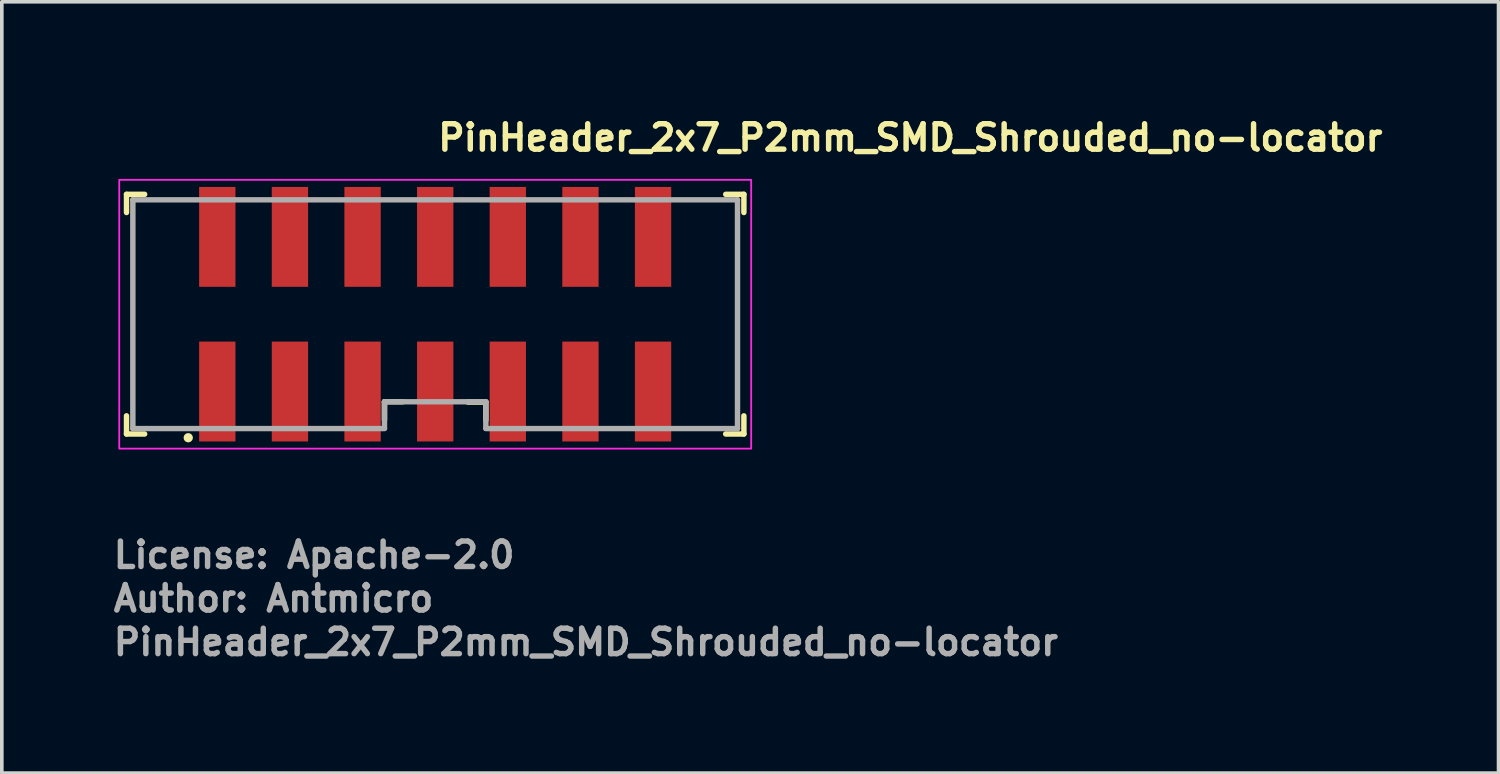
<source format=kicad_pcb>
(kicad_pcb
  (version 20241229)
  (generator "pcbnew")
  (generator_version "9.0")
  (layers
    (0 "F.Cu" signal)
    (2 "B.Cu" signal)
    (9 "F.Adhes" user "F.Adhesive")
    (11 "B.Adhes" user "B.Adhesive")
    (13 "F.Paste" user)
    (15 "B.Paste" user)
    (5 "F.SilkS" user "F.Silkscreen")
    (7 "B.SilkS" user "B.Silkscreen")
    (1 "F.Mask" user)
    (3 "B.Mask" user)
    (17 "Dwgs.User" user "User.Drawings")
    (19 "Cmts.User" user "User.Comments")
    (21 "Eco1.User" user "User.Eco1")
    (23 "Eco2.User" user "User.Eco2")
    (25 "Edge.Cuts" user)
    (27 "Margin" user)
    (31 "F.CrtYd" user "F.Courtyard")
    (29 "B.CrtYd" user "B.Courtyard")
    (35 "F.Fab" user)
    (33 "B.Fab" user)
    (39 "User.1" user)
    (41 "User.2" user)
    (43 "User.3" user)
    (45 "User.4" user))
  (footprint "PinHeader_2x7_P2mm_SMD_Shrouded_no-locator"
    (layer "F.Cu")
    (at 8.933 5.602)
    (property "Reference" "PinHeader_2x7_P2mm_SMD_Shrouded_no-locator" (at 0 -4.452 0) (layer "F.SilkS") (effects (font (size 0.7 0.7) (thickness 0.15)) (justify left bottom)))
    (attr smd)
    (fp_line (start -8.5 -3.301) (end -8.5 -2.801) (stroke (width 0.15) (type solid)) (layer "F.SilkS"))
    (fp_line (start -8.5 -3.301) (end -8 -3.301) (stroke (width 0.15) (type solid)) (layer "F.SilkS"))
    (fp_line (start -8.5 3.297) (end -8.5 2.797) (stroke (width 0.15) (type solid)) (layer "F.SilkS"))
    (fp_line (start -8.5 3.297) (end -8 3.297) (stroke (width 0.15) (type solid)) (layer "F.SilkS"))
    (fp_line (start -1.397 2.41) (end -1.397 2.91) (stroke (width 0.15) (type solid)) (layer "F.SilkS"))
    (fp_line (start -1.397 2.41) (end -0.9 2.41) (stroke (width 0.15) (type solid)) (layer "F.SilkS"))
    (fp_line (start 1.394 2.418) (end 0.897 2.418) (stroke (width 0.15) (type solid)) (layer "F.SilkS"))
    (fp_line (start 1.394 2.418) (end 1.394 2.918) (stroke (width 0.15) (type solid)) (layer "F.SilkS"))
    (fp_line (start 8.499 -3.301) (end 7.998 -3.301) (stroke (width 0.15) (type solid)) (layer "F.SilkS"))
    (fp_line (start 8.499 -3.301) (end 8.499 -2.801) (stroke (width 0.15) (type solid)) (layer "F.SilkS"))
    (fp_line (start 8.499 3.297) (end 7.998 3.297) (stroke (width 0.15) (type solid)) (layer "F.SilkS"))
    (fp_line (start 8.499 3.297) (end 8.499 2.797) (stroke (width 0.15) (type solid)) (layer "F.SilkS"))
    (fp_circle (center -6.8 3.4) (end -6.748 3.4) (stroke (width 0.15) (type solid)) (fill yes) (layer "F.SilkS"))
    (fp_rect (start -8.7 -3.7) (end 8.7 3.7) (stroke (width 0.05) (type solid)) (fill no) (layer "F.CrtYd"))
    (fp_line (start -8.325 -3.15) (end 8.323 -3.15) (stroke (width 0.15) (type solid)) (layer "F.Fab"))
    (fp_line (start -8.325 3.148) (end -8.325 -3.15) (stroke (width 0.15) (type solid)) (layer "F.Fab"))
    (fp_line (start -8.325 3.148) (end -1.397 3.148) (stroke (width 0.15) (type solid)) (layer "F.Fab"))
    (fp_line (start -1.397 2.41) (end -1.397 3.14) (stroke (width 0.15) (type solid)) (layer "F.Fab"))
    (fp_line (start -1.397 2.41) (end 1.394 2.41) (stroke (width 0.15) (type solid)) (layer "F.Fab"))
    (fp_line (start 1.394 2.41) (end 1.394 3.14) (stroke (width 0.15) (type solid)) (layer "F.Fab"))
    (fp_line (start 1.394 3.148) (end 8.323 3.148) (stroke (width 0.15) (type solid)) (layer "F.Fab"))
    (fp_line (start 8.323 3.148) (end 8.323 -3.15) (stroke (width 0.15) (type solid)) (layer "F.Fab"))
    (fp_rect (start -8.325 -3.15) (end 8.323 3.148) (stroke (width 0.1) (type solid)) (fill no) (layer "User.5"))
    (fp_line (start -8.325 -3.15) (end -8.325 -0.75) (stroke (width 0.02) (type solid)) (layer "User.9"))
    (fp_line (start -8.325 -0.75) (end -8.026 -0.75) (stroke (width 0.02) (type solid)) (layer "User.9"))
    (fp_line (start -8.325 -0.15) (end -8.325 -0.75) (stroke (width 0.02) (type solid)) (layer "User.9"))
    (fp_line (start -8.325 -0.15) (end -7.425 -0.15) (stroke (width 0.02) (type solid)) (layer "User.9"))
    (fp_line (start -8.325 1.148) (end -8.325 -0.15) (stroke (width 0.02) (type solid)) (layer "User.9"))
    (fp_line (start -8.325 1.749) (end -8.325 1.148) (stroke (width 0.02) (type solid)) (layer "User.9"))
    (fp_line (start -8.325 1.749) (end -8.325 3.148) (stroke (width 0.02) (type solid)) (layer "User.9"))
    (fp_line (start -8.026 -2.851) (end 8.025 -2.851) (stroke (width 0.02) (type solid)) (layer "User.9"))
    (fp_line (start -8.026 -0.75) (end -8.026 -2.851) (stroke (width 0.02) (type solid)) (layer "User.9"))
    (fp_line (start -8.026 1.749) (end -8.325 1.749) (stroke (width 0.02) (type solid)) (layer "User.9"))
    (fp_line (start -8.026 2.85) (end -8.026 1.749) (stroke (width 0.02) (type solid)) (layer "User.9"))
    (fp_line (start -7.425 -2.25) (end -8.026 -2.851) (stroke (width 0.02) (type solid)) (layer "User.9"))
    (fp_line (start -7.425 -2.25) (end -7.026 -2.25) (stroke (width 0.02) (type solid)) (layer "User.9"))
    (fp_line (start -7.425 -0.15) (end -8.026 -0.75) (stroke (width 0.02) (type solid)) (layer "User.9"))
    (fp_line (start -7.425 -0.15) (end -7.425 -2.25) (stroke (width 0.02) (type solid)) (layer "User.9"))
    (fp_line (start -7.425 1.148) (end -8.325 1.148) (stroke (width 0.02) (type solid)) (layer "User.9"))
    (fp_line (start -7.425 1.148) (end -8.026 1.749) (stroke (width 0.02) (type solid)) (layer "User.9"))
    (fp_line (start -7.425 2.249) (end -8.026 2.85) (stroke (width 0.02) (type solid)) (layer "User.9"))
    (fp_line (start -7.425 2.249) (end -7.425 1.148) (stroke (width 0.02) (type solid)) (layer "User.9"))
    (fp_line (start -7.026 -2.5) (end -6.396 -2.5) (stroke (width 0.02) (type solid)) (layer "User.9"))
    (fp_line (start -7.026 -2.25) (end -7.026 -2.5) (stroke (width 0.02) (type solid)) (layer "User.9"))
    (fp_line (start -7.026 2.249) (end -7.425 2.249) (stroke (width 0.02) (type solid)) (layer "User.9"))
    (fp_line (start -7.026 2.249) (end -7.026 2.499) (stroke (width 0.02) (type solid)) (layer "User.9"))
    (fp_line (start -7.026 2.499) (end -1.339 2.499) (stroke (width 0.02) (type solid)) (layer "User.9"))
    (fp_line (start -6.396 -2.5) (end -6.396 -2.25) (stroke (width 0.02) (type solid)) (layer "User.9"))
    (fp_line (start -6.396 -2.25) (end -5.595 -2.25) (stroke (width 0.02) (type solid)) (layer "User.9"))
    (fp_line (start -6.327 3.048) (end -5.327 3.048) (stroke (width 0.02) (type solid)) (layer "User.9"))
    (fp_line (start -6.327 3.148) (end -8.325 3.148) (stroke (width 0.02) (type solid)) (layer "User.9"))
    (fp_line (start -6.327 3.148) (end -6.327 3.048) (stroke (width 0.02) (type solid)) (layer "User.9"))
    (fp_line (start -6.327 3.148) (end -5.827 3.148) (stroke (width 0.02) (type solid)) (layer "User.9"))
    (fp_line (start -6.25 -0.75) (end -6.25 -1.25) (stroke (width 0.02) (type solid)) (layer "User.9"))
    (fp_line (start -6.25 1.249) (end -6.25 0.748) (stroke (width 0.02) (type solid)) (layer "User.9"))
    (fp_line (start -6.101 -1.101) (end -6.25 -1.25) (stroke (width 0.02) (type solid)) (layer "User.9"))
    (fp_line (start -6.101 -0.902) (end -6.25 -0.75) (stroke (width 0.02) (type solid)) (layer "User.9"))
    (fp_line (start -6.101 -0.902) (end -6.101 -1.101) (stroke (width 0.02) (type solid)) (layer "User.9"))
    (fp_line (start -6.101 0.9) (end -6.25 0.748) (stroke (width 0.02) (type solid)) (layer "User.9"))
    (fp_line (start -6.101 1.1) (end -6.25 1.249) (stroke (width 0.02) (type solid)) (layer "User.9"))
    (fp_line (start -6.101 1.1) (end -6.101 0.9) (stroke (width 0.02) (type solid)) (layer "User.9"))
    (fp_line (start -5.901 -1.101) (end -6.101 -1.101) (stroke (width 0.02) (type solid)) (layer "User.9"))
    (fp_line (start -5.901 -1.101) (end -5.901 -0.902) (stroke (width 0.02) (type solid)) (layer "User.9"))
    (fp_line (start -5.901 -1.101) (end -5.75 -1.25) (stroke (width 0.02) (type solid)) (layer "User.9"))
    (fp_line (start -5.901 -0.902) (end -6.101 -0.902) (stroke (width 0.02) (type solid)) (layer "User.9"))
    (fp_line (start -5.901 0.9) (end -6.101 0.9) (stroke (width 0.02) (type solid)) (layer "User.9"))
    (fp_line (start -5.901 0.9) (end -5.901 1.1) (stroke (width 0.02) (type solid)) (layer "User.9"))
    (fp_line (start -5.901 0.9) (end -5.75 0.748) (stroke (width 0.02) (type solid)) (layer "User.9"))
    (fp_line (start -5.901 1.1) (end -6.101 1.1) (stroke (width 0.02) (type solid)) (layer "User.9"))
    (fp_line (start -5.901 1.1) (end -5.75 1.249) (stroke (width 0.02) (type solid)) (layer "User.9"))
    (fp_line (start -5.827 3.148) (end -5.827 3.048) (stroke (width 0.02) (type solid)) (layer "User.9"))
    (fp_line (start -5.827 3.148) (end -5.327 3.148) (stroke (width 0.02) (type solid)) (layer "User.9"))
    (fp_line (start -5.75 -1.25) (end -6.25 -1.25) (stroke (width 0.02) (type solid)) (layer "User.9"))
    (fp_line (start -5.75 -1.25) (end -5.75 -0.75) (stroke (width 0.02) (type solid)) (layer "User.9"))
    (fp_line (start -5.75 -0.75) (end -6.25 -0.75) (stroke (width 0.02) (type solid)) (layer "User.9"))
    (fp_line (start -5.75 -0.75) (end -5.901 -0.902) (stroke (width 0.02) (type solid)) (layer "User.9"))
    (fp_line (start -5.75 0.748) (end -6.25 0.748) (stroke (width 0.02) (type solid)) (layer "User.9"))
    (fp_line (start -5.75 0.748) (end -5.75 1.249) (stroke (width 0.02) (type solid)) (layer "User.9"))
    (fp_line (start -5.75 1.249) (end -6.25 1.249) (stroke (width 0.02) (type solid)) (layer "User.9"))
    (fp_line (start -5.614 2.249) (end -2.388 2.249) (stroke (width 0.02) (type solid)) (layer "User.9"))
    (fp_line (start -5.614 2.499) (end -5.614 2.249) (stroke (width 0.02) (type solid)) (layer "User.9"))
    (fp_line (start -5.595 -2.5) (end -0.402 -2.5) (stroke (width 0.02) (type solid)) (layer "User.9"))
    (fp_line (start -5.595 -2.25) (end -5.595 -2.5) (stroke (width 0.02) (type solid)) (layer "User.9"))
    (fp_line (start -5.327 3.148) (end -5.327 3.048) (stroke (width 0.02) (type solid)) (layer "User.9"))
    (fp_line (start -4.25 -0.75) (end -4.25 -1.25) (stroke (width 0.02) (type solid)) (layer "User.9"))
    (fp_line (start -4.25 1.249) (end -4.25 0.748) (stroke (width 0.02) (type solid)) (layer "User.9"))
    (fp_line (start -4.138 2.499) (end -4.202 2.249) (stroke (width 0.02) (type solid)) (layer "User.9"))
    (fp_line (start -4.1 -1.101) (end -4.25 -1.25) (stroke (width 0.02) (type solid)) (layer "User.9"))
    (fp_line (start -4.1 -0.902) (end -4.25 -0.75) (stroke (width 0.02) (type solid)) (layer "User.9"))
    (fp_line (start -4.1 -0.902) (end -4.1 -1.101) (stroke (width 0.02) (type solid)) (layer "User.9"))
    (fp_line (start -4.1 0.9) (end -4.25 0.748) (stroke (width 0.02) (type solid)) (layer "User.9"))
    (fp_line (start -4.1 1.1) (end -4.25 1.249) (stroke (width 0.02) (type solid)) (layer "User.9"))
    (fp_line (start -4.1 1.1) (end -4.1 0.9) (stroke (width 0.02) (type solid)) (layer "User.9"))
    (fp_line (start -3.9 -1.101) (end -4.1 -1.101) (stroke (width 0.02) (type solid)) (layer "User.9"))
    (fp_line (start -3.9 -1.101) (end -3.9 -0.902) (stroke (width 0.02) (type solid)) (layer "User.9"))
    (fp_line (start -3.9 -1.101) (end -3.75 -1.25) (stroke (width 0.02) (type solid)) (layer "User.9"))
    (fp_line (start -3.9 -0.902) (end -4.1 -0.902) (stroke (width 0.02) (type solid)) (layer "User.9"))
    (fp_line (start -3.9 0.9) (end -4.1 0.9) (stroke (width 0.02) (type solid)) (layer "User.9"))
    (fp_line (start -3.9 0.9) (end -3.9 1.1) (stroke (width 0.02) (type solid)) (layer "User.9"))
    (fp_line (start -3.9 0.9) (end -3.75 0.748) (stroke (width 0.02) (type solid)) (layer "User.9"))
    (fp_line (start -3.9 1.1) (end -4.1 1.1) (stroke (width 0.02) (type solid)) (layer "User.9"))
    (fp_line (start -3.9 1.1) (end -3.75 1.249) (stroke (width 0.02) (type solid)) (layer "User.9"))
    (fp_line (start -3.863 2.499) (end -3.801 2.249) (stroke (width 0.02) (type solid)) (layer "User.9"))
    (fp_line (start -3.75 -1.25) (end -4.25 -1.25) (stroke (width 0.02) (type solid)) (layer "User.9"))
    (fp_line (start -3.75 -1.25) (end -3.75 -0.75) (stroke (width 0.02) (type solid)) (layer "User.9"))
    (fp_line (start -3.75 -0.75) (end -4.25 -0.75) (stroke (width 0.02) (type solid)) (layer "User.9"))
    (fp_line (start -3.75 -0.75) (end -3.9 -0.902) (stroke (width 0.02) (type solid)) (layer "User.9"))
    (fp_line (start -3.75 0.748) (end -4.25 0.748) (stroke (width 0.02) (type solid)) (layer "User.9"))
    (fp_line (start -3.75 0.748) (end -3.75 1.249) (stroke (width 0.02) (type solid)) (layer "User.9"))
    (fp_line (start -3.75 1.249) (end -4.25 1.249) (stroke (width 0.02) (type solid)) (layer "User.9"))
    (fp_line (start -2.388 2.499) (end -2.388 2.249) (stroke (width 0.02) (type solid)) (layer "User.9"))
    (fp_line (start -2.25 -0.75) (end -2.25 -1.25) (stroke (width 0.02) (type solid)) (layer "User.9"))
    (fp_line (start -2.25 1.249) (end -2.25 0.748) (stroke (width 0.02) (type solid)) (layer "User.9"))
    (fp_line (start -2.101 -1.101) (end -2.25 -1.25) (stroke (width 0.02) (type solid)) (layer "User.9"))
    (fp_line (start -2.101 -0.902) (end -2.25 -0.75) (stroke (width 0.02) (type solid)) (layer "User.9"))
    (fp_line (start -2.101 -0.902) (end -2.101 -1.101) (stroke (width 0.02) (type solid)) (layer "User.9"))
    (fp_line (start -2.101 0.9) (end -2.25 0.748) (stroke (width 0.02) (type solid)) (layer "User.9"))
    (fp_line (start -2.101 1.1) (end -2.25 1.249) (stroke (width 0.02) (type solid)) (layer "User.9"))
    (fp_line (start -2.101 1.1) (end -2.101 0.9) (stroke (width 0.02) (type solid)) (layer "User.9"))
    (fp_line (start -2 2.85) (end -8.026 2.85) (stroke (width 0.02) (type solid)) (layer "User.9"))
    (fp_line (start -2 2.85) (end -1.972 2.849) (stroke (width 0.02) (type solid)) (layer "User.9"))
    (fp_line (start -2 3.148) (end -5.327 3.148) (stroke (width 0.02) (type solid)) (layer "User.9"))
    (fp_line (start -1.972 2.849) (end -1.942 2.846) (stroke (width 0.02) (type solid)) (layer "User.9"))
    (fp_line (start -1.942 2.846) (end -1.915 2.845) (stroke (width 0.02) (type solid)) (layer "User.9"))
    (fp_line (start -1.915 2.845) (end -1.887 2.841) (stroke (width 0.02) (type solid)) (layer "User.9"))
    (fp_line (start -1.901 -1.101) (end -2.101 -1.101) (stroke (width 0.02) (type solid)) (layer "User.9"))
    (fp_line (start -1.901 -1.101) (end -1.901 -0.902) (stroke (width 0.02) (type solid)) (layer "User.9"))
    (fp_line (start -1.901 -1.101) (end -1.75 -1.25) (stroke (width 0.02) (type solid)) (layer "User.9"))
    (fp_line (start -1.901 -0.902) (end -2.101 -0.902) (stroke (width 0.02) (type solid)) (layer "User.9"))
    (fp_line (start -1.901 0.9) (end -2.101 0.9) (stroke (width 0.02) (type solid)) (layer "User.9"))
    (fp_line (start -1.901 0.9) (end -1.901 1.1) (stroke (width 0.02) (type solid)) (layer "User.9"))
    (fp_line (start -1.901 0.9) (end -1.75 0.748) (stroke (width 0.02) (type solid)) (layer "User.9"))
    (fp_line (start -1.901 1.1) (end -2.101 1.1) (stroke (width 0.02) (type solid)) (layer "User.9"))
    (fp_line (start -1.901 1.1) (end -1.75 1.249) (stroke (width 0.02) (type solid)) (layer "User.9"))
    (fp_line (start -1.887 2.841) (end -1.861 2.837) (stroke (width 0.02) (type solid)) (layer "User.9"))
    (fp_line (start -1.861 2.837) (end -1.835 2.831) (stroke (width 0.02) (type solid)) (layer "User.9"))
    (fp_line (start -1.835 2.831) (end -1.809 2.826) (stroke (width 0.02) (type solid)) (layer "User.9"))
    (fp_line (start -1.809 2.826) (end -1.784 2.819) (stroke (width 0.02) (type solid)) (layer "User.9"))
    (fp_line (start -1.784 2.819) (end -1.76 2.813) (stroke (width 0.02) (type solid)) (layer "User.9"))
    (fp_line (start -1.76 2.813) (end -1.736 2.805) (stroke (width 0.02) (type solid)) (layer "User.9"))
    (fp_line (start -1.75 -1.25) (end -2.25 -1.25) (stroke (width 0.02) (type solid)) (layer "User.9"))
    (fp_line (start -1.75 -1.25) (end -1.75 -0.75) (stroke (width 0.02) (type solid)) (layer "User.9"))
    (fp_line (start -1.75 -0.75) (end -2.25 -0.75) (stroke (width 0.02) (type solid)) (layer "User.9"))
    (fp_line (start -1.75 -0.75) (end -1.901 -0.902) (stroke (width 0.02) (type solid)) (layer "User.9"))
    (fp_line (start -1.75 0.748) (end -2.25 0.748) (stroke (width 0.02) (type solid)) (layer "User.9"))
    (fp_line (start -1.75 0.748) (end -1.75 1.249) (stroke (width 0.02) (type solid)) (layer "User.9"))
    (fp_line (start -1.75 1.249) (end -2.25 1.249) (stroke (width 0.02) (type solid)) (layer "User.9"))
    (fp_line (start -1.736 2.805) (end -1.714 2.796) (stroke (width 0.02) (type solid)) (layer "User.9"))
    (fp_line (start -1.714 2.796) (end -1.692 2.786) (stroke (width 0.02) (type solid)) (layer "User.9"))
    (fp_line (start -1.692 2.786) (end -1.67 2.777) (stroke (width 0.02) (type solid)) (layer "User.9"))
    (fp_line (start -1.67 2.777) (end -1.649 2.766) (stroke (width 0.02) (type solid)) (layer "User.9"))
    (fp_line (start -1.649 2.766) (end -1.607 2.745) (stroke (width 0.02) (type solid)) (layer "User.9"))
    (fp_line (start -1.607 2.745) (end -1.607 2.745) (stroke (width 0.02) (type solid)) (layer "User.9"))
    (fp_line (start -1.607 2.745) (end -1.587 2.733) (stroke (width 0.02) (type solid)) (layer "User.9"))
    (fp_line (start -1.587 2.733) (end -1.567 2.721) (stroke (width 0.02) (type solid)) (layer "User.9"))
    (fp_line (start -1.567 2.721) (end -1.549 2.709) (stroke (width 0.02) (type solid)) (layer "User.9"))
    (fp_line (start -1.549 2.709) (end -1.53 2.696) (stroke (width 0.02) (type solid)) (layer "User.9"))
    (fp_line (start -1.53 2.696) (end -1.512 2.681) (stroke (width 0.02) (type solid)) (layer "User.9"))
    (fp_line (start -1.512 2.681) (end -1.494 2.668) (stroke (width 0.02) (type solid)) (layer "User.9"))
    (fp_line (start -1.494 2.668) (end -1.476 2.653) (stroke (width 0.02) (type solid)) (layer "User.9"))
    (fp_line (start -1.476 2.653) (end -1.46 2.639) (stroke (width 0.02) (type solid)) (layer "User.9"))
    (fp_line (start -1.46 2.639) (end -1.442 2.623) (stroke (width 0.02) (type solid)) (layer "User.9"))
    (fp_line (start -1.442 2.623) (end -1.426 2.607) (stroke (width 0.02) (type solid)) (layer "User.9"))
    (fp_line (start -1.436 3.148) (end -2 3.148) (stroke (width 0.02) (type solid)) (layer "User.9"))
    (fp_line (start -1.436 3.148) (end -1.436 3.148) (stroke (width 0.02) (type solid)) (layer "User.9"))
    (fp_line (start -1.426 2.607) (end -1.41 2.589) (stroke (width 0.02) (type solid)) (layer "User.9"))
    (fp_line (start -1.41 2.589) (end -1.395 2.572) (stroke (width 0.02) (type solid)) (layer "User.9"))
    (fp_line (start -1.395 2.572) (end -1.381 2.555) (stroke (width 0.02) (type solid)) (layer "User.9"))
    (fp_line (start -1.381 2.555) (end -1.367 2.536) (stroke (width 0.02) (type solid)) (layer "User.9"))
    (fp_line (start -1.367 2.536) (end -1.353 2.519) (stroke (width 0.02) (type solid)) (layer "User.9"))
    (fp_line (start -1.353 2.519) (end -1.339 2.499) (stroke (width 0.02) (type solid)) (layer "User.9"))
    (fp_line (start -1.339 2.499) (end -1.2 2.499) (stroke (width 0.02) (type solid)) (layer "User.9"))
    (fp_line (start -1.323 3.148) (end -1.436 3.148) (stroke (width 0.02) (type solid)) (layer "User.9"))
    (fp_line (start -1.323 3.148) (end -1.323 3.148) (stroke (width 0.02) (type solid)) (layer "User.9"))
    (fp_line (start -1.28 3.148) (end -1.323 3.148) (stroke (width 0.02) (type solid)) (layer "User.9"))
    (fp_line (start -1.28 3.148) (end -1.28 3.148) (stroke (width 0.02) (type solid)) (layer "User.9"))
    (fp_line (start -1.246 3.148) (end -1.28 3.148) (stroke (width 0.02) (type solid)) (layer "User.9"))
    (fp_line (start -1.246 3.148) (end -1.246 3.148) (stroke (width 0.02) (type solid)) (layer "User.9"))
    (fp_line (start -1.222 3.148) (end -1.246 3.148) (stroke (width 0.02) (type solid)) (layer "User.9"))
    (fp_line (start -1.222 3.148) (end -1.222 3.148) (stroke (width 0.02) (type solid)) (layer "User.9"))
    (fp_line (start -1.206 3.148) (end -1.222 3.148) (stroke (width 0.02) (type solid)) (layer "User.9"))
    (fp_line (start -1.206 3.148) (end -1.206 3.148) (stroke (width 0.02) (type solid)) (layer "User.9"))
    (fp_line (start -1.2 3.148) (end -1.206 3.148) (stroke (width 0.02) (type solid)) (layer "User.9"))
    (fp_line (start -1.2 3.148) (end -1.2 2.499) (stroke (width 0.02) (type solid)) (layer "User.9"))
    (fp_line (start -1.2 3.148) (end 1.199 3.148) (stroke (width 0.02) (type solid)) (layer "User.9"))
    (fp_line (start -0.402 -2.5) (end -0.402 -2.25) (stroke (width 0.02) (type solid)) (layer "User.9"))
    (fp_line (start -0.402 -2.25) (end 0.4 -2.25) (stroke (width 0.02) (type solid)) (layer "User.9"))
    (fp_line (start -0.25 -0.75) (end -0.25 -1.25) (stroke (width 0.02) (type solid)) (layer "User.9"))
    (fp_line (start -0.25 1.249) (end -0.25 0.748) (stroke (width 0.02) (type solid)) (layer "User.9"))
    (fp_line (start -0.102 -1.101) (end -0.25 -1.25) (stroke (width 0.02) (type solid)) (layer "User.9"))
    (fp_line (start -0.102 -0.902) (end -0.25 -0.75) (stroke (width 0.02) (type solid)) (layer "User.9"))
    (fp_line (start -0.102 -0.902) (end -0.102 -1.101) (stroke (width 0.02) (type solid)) (layer "User.9"))
    (fp_line (start -0.102 0.9) (end -0.25 0.748) (stroke (width 0.02) (type solid)) (layer "User.9"))
    (fp_line (start -0.102 1.1) (end -0.25 1.249) (stroke (width 0.02) (type solid)) (layer "User.9"))
    (fp_line (start -0.102 1.1) (end -0.102 0.9) (stroke (width 0.02) (type solid)) (layer "User.9"))
    (fp_line (start 0.1 -1.101) (end -0.102 -1.101) (stroke (width 0.02) (type solid)) (layer "User.9"))
    (fp_line (start 0.1 -1.101) (end 0.1 -0.902) (stroke (width 0.02) (type solid)) (layer "User.9"))
    (fp_line (start 0.1 -1.101) (end 0.248 -1.25) (stroke (width 0.02) (type solid)) (layer "User.9"))
    (fp_line (start 0.1 -0.902) (end -0.102 -0.902) (stroke (width 0.02) (type solid)) (layer "User.9"))
    (fp_line (start 0.1 0.9) (end -0.102 0.9) (stroke (width 0.02) (type solid)) (layer "User.9"))
    (fp_line (start 0.1 0.9) (end 0.1 1.1) (stroke (width 0.02) (type solid)) (layer "User.9"))
    (fp_line (start 0.1 0.9) (end 0.248 0.748) (stroke (width 0.02) (type solid)) (layer "User.9"))
    (fp_line (start 0.1 1.1) (end -0.102 1.1) (stroke (width 0.02) (type solid)) (layer "User.9"))
    (fp_line (start 0.1 1.1) (end 0.248 1.249) (stroke (width 0.02) (type solid)) (layer "User.9"))
    (fp_line (start 0.248 -1.25) (end -0.25 -1.25) (stroke (width 0.02) (type solid)) (layer "User.9"))
    (fp_line (start 0.248 -1.25) (end 0.248 -0.75) (stroke (width 0.02) (type solid)) (layer "User.9"))
    (fp_line (start 0.248 -0.75) (end -0.25 -0.75) (stroke (width 0.02) (type solid)) (layer "User.9"))
    (fp_line (start 0.248 -0.75) (end 0.1 -0.902) (stroke (width 0.02) (type solid)) (layer "User.9"))
    (fp_line (start 0.248 0.748) (end -0.25 0.748) (stroke (width 0.02) (type solid)) (layer "User.9"))
    (fp_line (start 0.248 0.748) (end 0.248 1.249) (stroke (width 0.02) (type solid)) (layer "User.9"))
    (fp_line (start 0.248 1.249) (end -0.25 1.249) (stroke (width 0.02) (type solid)) (layer "User.9"))
    (fp_line (start 0.4 -2.5) (end 5.594 -2.5) (stroke (width 0.02) (type solid)) (layer "User.9"))
    (fp_line (start 0.4 -2.25) (end 0.4 -2.5) (stroke (width 0.02) (type solid)) (layer "User.9"))
    (fp_line (start 1.199 2.499) (end 1.199 3.148) (stroke (width 0.02) (type solid)) (layer "User.9"))
    (fp_line (start 1.199 2.499) (end 1.338 2.499) (stroke (width 0.02) (type solid)) (layer "User.9"))
    (fp_line (start 1.205 3.148) (end 1.199 3.148) (stroke (width 0.02) (type solid)) (layer "User.9"))
    (fp_line (start 1.205 3.148) (end 1.205 3.148) (stroke (width 0.02) (type solid)) (layer "User.9"))
    (fp_line (start 1.219 3.148) (end 1.205 3.148) (stroke (width 0.02) (type solid)) (layer "User.9"))
    (fp_line (start 1.219 3.148) (end 1.219 3.148) (stroke (width 0.02) (type solid)) (layer "User.9"))
    (fp_line (start 1.243 3.148) (end 1.219 3.148) (stroke (width 0.02) (type solid)) (layer "User.9"))
    (fp_line (start 1.243 3.148) (end 1.243 3.148) (stroke (width 0.02) (type solid)) (layer "User.9"))
    (fp_line (start 1.279 3.148) (end 1.243 3.148) (stroke (width 0.02) (type solid)) (layer "User.9"))
    (fp_line (start 1.279 3.148) (end 1.279 3.148) (stroke (width 0.02) (type solid)) (layer "User.9"))
    (fp_line (start 1.322 3.148) (end 1.279 3.148) (stroke (width 0.02) (type solid)) (layer "User.9"))
    (fp_line (start 1.322 3.148) (end 1.322 3.148) (stroke (width 0.02) (type solid)) (layer "User.9"))
    (fp_line (start 1.338 2.499) (end 1.35 2.519) (stroke (width 0.02) (type solid)) (layer "User.9"))
    (fp_line (start 1.338 2.499) (end 7.025 2.499) (stroke (width 0.02) (type solid)) (layer "User.9"))
    (fp_line (start 1.35 2.519) (end 1.364 2.536) (stroke (width 0.02) (type solid)) (layer "User.9"))
    (fp_line (start 1.364 2.536) (end 1.38 2.555) (stroke (width 0.02) (type solid)) (layer "User.9"))
    (fp_line (start 1.374 3.148) (end 1.322 3.148) (stroke (width 0.02) (type solid)) (layer "User.9"))
    (fp_line (start 1.374 3.148) (end 1.374 3.148) (stroke (width 0.02) (type solid)) (layer "User.9"))
    (fp_line (start 1.38 2.555) (end 1.394 2.572) (stroke (width 0.02) (type solid)) (layer "User.9"))
    (fp_line (start 1.394 2.572) (end 1.409 2.589) (stroke (width 0.02) (type solid)) (layer "User.9"))
    (fp_line (start 1.409 2.589) (end 1.425 2.607) (stroke (width 0.02) (type solid)) (layer "User.9"))
    (fp_line (start 1.425 2.607) (end 1.441 2.623) (stroke (width 0.02) (type solid)) (layer "User.9"))
    (fp_line (start 1.433 3.148) (end 1.374 3.148) (stroke (width 0.02) (type solid)) (layer "User.9"))
    (fp_line (start 1.433 3.148) (end 1.433 3.148) (stroke (width 0.02) (type solid)) (layer "User.9"))
    (fp_line (start 1.441 2.623) (end 1.457 2.639) (stroke (width 0.02) (type solid)) (layer "User.9"))
    (fp_line (start 1.457 2.639) (end 1.475 2.653) (stroke (width 0.02) (type solid)) (layer "User.9"))
    (fp_line (start 1.475 2.653) (end 1.491 2.668) (stroke (width 0.02) (type solid)) (layer "User.9"))
    (fp_line (start 1.491 2.668) (end 1.509 2.681) (stroke (width 0.02) (type solid)) (layer "User.9"))
    (fp_line (start 1.509 2.681) (end 1.527 2.696) (stroke (width 0.02) (type solid)) (layer "User.9"))
    (fp_line (start 1.527 2.696) (end 1.546 2.709) (stroke (width 0.02) (type solid)) (layer "User.9"))
    (fp_line (start 1.546 2.709) (end 1.566 2.721) (stroke (width 0.02) (type solid)) (layer "User.9"))
    (fp_line (start 1.566 2.721) (end 1.584 2.733) (stroke (width 0.02) (type solid)) (layer "User.9"))
    (fp_line (start 1.584 2.733) (end 1.604 2.745) (stroke (width 0.02) (type solid)) (layer "User.9"))
    (fp_line (start 1.604 2.745) (end 1.604 2.745) (stroke (width 0.02) (type solid)) (layer "User.9"))
    (fp_line (start 1.604 2.745) (end 1.626 2.757) (stroke (width 0.02) (type solid)) (layer "User.9"))
    (fp_line (start 1.626 2.757) (end 1.646 2.766) (stroke (width 0.02) (type solid)) (layer "User.9"))
    (fp_line (start 1.646 2.766) (end 1.667 2.777) (stroke (width 0.02) (type solid)) (layer "User.9"))
    (fp_line (start 1.667 2.777) (end 1.689 2.786) (stroke (width 0.02) (type solid)) (layer "User.9"))
    (fp_line (start 1.689 2.786) (end 1.713 2.796) (stroke (width 0.02) (type solid)) (layer "User.9"))
    (fp_line (start 1.713 2.796) (end 1.735 2.805) (stroke (width 0.02) (type solid)) (layer "User.9"))
    (fp_line (start 1.735 2.805) (end 1.759 2.813) (stroke (width 0.02) (type solid)) (layer "User.9"))
    (fp_line (start 1.749 -0.75) (end 1.749 -1.25) (stroke (width 0.02) (type solid)) (layer "User.9"))
    (fp_line (start 1.749 1.249) (end 1.749 0.748) (stroke (width 0.02) (type solid)) (layer "User.9"))
    (fp_line (start 1.759 2.813) (end 1.783 2.819) (stroke (width 0.02) (type solid)) (layer "User.9"))
    (fp_line (start 1.783 2.819) (end 1.806 2.826) (stroke (width 0.02) (type solid)) (layer "User.9"))
    (fp_line (start 1.806 2.826) (end 1.832 2.831) (stroke (width 0.02) (type solid)) (layer "User.9"))
    (fp_line (start 1.832 2.831) (end 1.858 2.837) (stroke (width 0.02) (type solid)) (layer "User.9"))
    (fp_line (start 1.858 2.837) (end 1.884 2.841) (stroke (width 0.02) (type solid)) (layer "User.9"))
    (fp_line (start 1.884 2.841) (end 1.912 2.845) (stroke (width 0.02) (type solid)) (layer "User.9"))
    (fp_line (start 1.898 -1.101) (end 1.749 -1.25) (stroke (width 0.02) (type solid)) (layer "User.9"))
    (fp_line (start 1.898 -0.902) (end 1.749 -0.75) (stroke (width 0.02) (type solid)) (layer "User.9"))
    (fp_line (start 1.898 -0.902) (end 1.898 -1.101) (stroke (width 0.02) (type solid)) (layer "User.9"))
    (fp_line (start 1.898 0.9) (end 1.749 0.748) (stroke (width 0.02) (type solid)) (layer "User.9"))
    (fp_line (start 1.898 1.1) (end 1.749 1.249) (stroke (width 0.02) (type solid)) (layer "User.9"))
    (fp_line (start 1.898 1.1) (end 1.898 0.9) (stroke (width 0.02) (type solid)) (layer "User.9"))
    (fp_line (start 1.912 2.845) (end 1.941 2.846) (stroke (width 0.02) (type solid)) (layer "User.9"))
    (fp_line (start 1.941 2.846) (end 1.969 2.849) (stroke (width 0.02) (type solid)) (layer "User.9"))
    (fp_line (start 1.969 2.849) (end 1.999 2.85) (stroke (width 0.02) (type solid)) (layer "User.9"))
    (fp_line (start 1.999 3.148) (end 1.433 3.148) (stroke (width 0.02) (type solid)) (layer "User.9"))
    (fp_line (start 2.1 -1.101) (end 1.898 -1.101) (stroke (width 0.02) (type solid)) (layer "User.9"))
    (fp_line (start 2.1 -1.101) (end 2.1 -0.902) (stroke (width 0.02) (type solid)) (layer "User.9"))
    (fp_line (start 2.1 -1.101) (end 2.249 -1.25) (stroke (width 0.02) (type solid)) (layer "User.9"))
    (fp_line (start 2.1 -0.902) (end 1.898 -0.902) (stroke (width 0.02) (type solid)) (layer "User.9"))
    (fp_line (start 2.1 0.9) (end 1.898 0.9) (stroke (width 0.02) (type solid)) (layer "User.9"))
    (fp_line (start 2.1 0.9) (end 2.1 1.1) (stroke (width 0.02) (type solid)) (layer "User.9"))
    (fp_line (start 2.1 0.9) (end 2.249 0.748) (stroke (width 0.02) (type solid)) (layer "User.9"))
    (fp_line (start 2.1 1.1) (end 1.898 1.1) (stroke (width 0.02) (type solid)) (layer "User.9"))
    (fp_line (start 2.1 1.1) (end 2.249 1.249) (stroke (width 0.02) (type solid)) (layer "User.9"))
    (fp_line (start 2.249 -1.25) (end 1.749 -1.25) (stroke (width 0.02) (type solid)) (layer "User.9"))
    (fp_line (start 2.249 -1.25) (end 2.249 -0.75) (stroke (width 0.02) (type solid)) (layer "User.9"))
    (fp_line (start 2.249 -0.75) (end 1.749 -0.75) (stroke (width 0.02) (type solid)) (layer "User.9"))
    (fp_line (start 2.249 -0.75) (end 2.1 -0.902) (stroke (width 0.02) (type solid)) (layer "User.9"))
    (fp_line (start 2.249 0.748) (end 1.749 0.748) (stroke (width 0.02) (type solid)) (layer "User.9"))
    (fp_line (start 2.249 0.748) (end 2.249 1.249) (stroke (width 0.02) (type solid)) (layer "User.9"))
    (fp_line (start 2.249 1.249) (end 1.749 1.249) (stroke (width 0.02) (type solid)) (layer "User.9"))
    (fp_line (start 2.386 2.499) (end 2.386 2.249) (stroke (width 0.02) (type solid)) (layer "User.9"))
    (fp_line (start 3.749 -0.75) (end 3.749 -1.25) (stroke (width 0.02) (type solid)) (layer "User.9"))
    (fp_line (start 3.749 1.249) (end 3.749 0.748) (stroke (width 0.02) (type solid)) (layer "User.9"))
    (fp_line (start 3.862 2.499) (end 3.798 2.249) (stroke (width 0.02) (type solid)) (layer "User.9"))
    (fp_line (start 3.898 -1.101) (end 3.749 -1.25) (stroke (width 0.02) (type solid)) (layer "User.9"))
    (fp_line (start 3.898 -0.902) (end 3.749 -0.75) (stroke (width 0.02) (type solid)) (layer "User.9"))
    (fp_line (start 3.898 -0.902) (end 3.898 -1.101) (stroke (width 0.02) (type solid)) (layer "User.9"))
    (fp_line (start 3.898 0.9) (end 3.749 0.748) (stroke (width 0.02) (type solid)) (layer "User.9"))
    (fp_line (start 3.898 1.1) (end 3.749 1.249) (stroke (width 0.02) (type solid)) (layer "User.9"))
    (fp_line (start 3.898 1.1) (end 3.898 0.9) (stroke (width 0.02) (type solid)) (layer "User.9"))
    (fp_line (start 4.099 -1.101) (end 3.898 -1.101) (stroke (width 0.02) (type solid)) (layer "User.9"))
    (fp_line (start 4.099 -1.101) (end 4.099 -0.902) (stroke (width 0.02) (type solid)) (layer "User.9"))
    (fp_line (start 4.099 -1.101) (end 4.248 -1.25) (stroke (width 0.02) (type solid)) (layer "User.9"))
    (fp_line (start 4.099 -0.902) (end 3.898 -0.902) (stroke (width 0.02) (type solid)) (layer "User.9"))
    (fp_line (start 4.099 0.9) (end 3.898 0.9) (stroke (width 0.02) (type solid)) (layer "User.9"))
    (fp_line (start 4.099 0.9) (end 4.099 1.1) (stroke (width 0.02) (type solid)) (layer "User.9"))
    (fp_line (start 4.099 0.9) (end 4.248 0.748) (stroke (width 0.02) (type solid)) (layer "User.9"))
    (fp_line (start 4.099 1.1) (end 3.898 1.1) (stroke (width 0.02) (type solid)) (layer "User.9"))
    (fp_line (start 4.099 1.1) (end 4.248 1.249) (stroke (width 0.02) (type solid)) (layer "User.9"))
    (fp_line (start 4.137 2.499) (end 4.2 2.249) (stroke (width 0.02) (type solid)) (layer "User.9"))
    (fp_line (start 4.248 -1.25) (end 3.749 -1.25) (stroke (width 0.02) (type solid)) (layer "User.9"))
    (fp_line (start 4.248 -1.25) (end 4.248 -0.75) (stroke (width 0.02) (type solid)) (layer "User.9"))
    (fp_line (start 4.248 -0.75) (end 3.749 -0.75) (stroke (width 0.02) (type solid)) (layer "User.9"))
    (fp_line (start 4.248 -0.75) (end 4.099 -0.902) (stroke (width 0.02) (type solid)) (layer "User.9"))
    (fp_line (start 4.248 0.748) (end 3.749 0.748) (stroke (width 0.02) (type solid)) (layer "User.9"))
    (fp_line (start 4.248 0.748) (end 4.248 1.249) (stroke (width 0.02) (type solid)) (layer "User.9"))
    (fp_line (start 4.248 1.249) (end 3.749 1.249) (stroke (width 0.02) (type solid)) (layer "User.9"))
    (fp_line (start 5.594 -2.5) (end 5.594 -2.25) (stroke (width 0.02) (type solid)) (layer "User.9"))
    (fp_line (start 5.594 -2.25) (end 6.393 -2.25) (stroke (width 0.02) (type solid)) (layer "User.9"))
    (fp_line (start 5.611 2.249) (end 2.386 2.249) (stroke (width 0.02) (type solid)) (layer "User.9"))
    (fp_line (start 5.611 2.499) (end 5.611 2.249) (stroke (width 0.02) (type solid)) (layer "User.9"))
    (fp_line (start 5.749 -0.75) (end 5.749 -1.25) (stroke (width 0.02) (type solid)) (layer "User.9"))
    (fp_line (start 5.749 1.249) (end 5.749 0.748) (stroke (width 0.02) (type solid)) (layer "User.9"))
    (fp_line (start 5.9 -1.101) (end 5.749 -1.25) (stroke (width 0.02) (type solid)) (layer "User.9"))
    (fp_line (start 5.9 -0.902) (end 5.749 -0.75) (stroke (width 0.02) (type solid)) (layer "User.9"))
    (fp_line (start 5.9 -0.902) (end 5.9 -1.101) (stroke (width 0.02) (type solid)) (layer "User.9"))
    (fp_line (start 5.9 0.9) (end 5.749 0.748) (stroke (width 0.02) (type solid)) (layer "User.9"))
    (fp_line (start 5.9 1.1) (end 5.749 1.249) (stroke (width 0.02) (type solid)) (layer "User.9"))
    (fp_line (start 5.9 1.1) (end 5.9 0.9) (stroke (width 0.02) (type solid)) (layer "User.9"))
    (fp_line (start 6.099 -1.101) (end 5.9 -1.101) (stroke (width 0.02) (type solid)) (layer "User.9"))
    (fp_line (start 6.099 -1.101) (end 6.099 -0.902) (stroke (width 0.02) (type solid)) (layer "User.9"))
    (fp_line (start 6.099 -1.101) (end 6.249 -1.25) (stroke (width 0.02) (type solid)) (layer "User.9"))
    (fp_line (start 6.099 -0.902) (end 5.9 -0.902) (stroke (width 0.02) (type solid)) (layer "User.9"))
    (fp_line (start 6.099 0.9) (end 5.9 0.9) (stroke (width 0.02) (type solid)) (layer "User.9"))
    (fp_line (start 6.099 0.9) (end 6.099 1.1) (stroke (width 0.02) (type solid)) (layer "User.9"))
    (fp_line (start 6.099 0.9) (end 6.249 0.748) (stroke (width 0.02) (type solid)) (layer "User.9"))
    (fp_line (start 6.099 1.1) (end 5.9 1.1) (stroke (width 0.02) (type solid)) (layer "User.9"))
    (fp_line (start 6.099 1.1) (end 6.249 1.249) (stroke (width 0.02) (type solid)) (layer "User.9"))
    (fp_line (start 6.249 -1.25) (end 5.749 -1.25) (stroke (width 0.02) (type solid)) (layer "User.9"))
    (fp_line (start 6.249 -1.25) (end 6.249 -0.75) (stroke (width 0.02) (type solid)) (layer "User.9"))
    (fp_line (start 6.249 -0.75) (end 5.749 -0.75) (stroke (width 0.02) (type solid)) (layer "User.9"))
    (fp_line (start 6.249 -0.75) (end 6.099 -0.902) (stroke (width 0.02) (type solid)) (layer "User.9"))
    (fp_line (start 6.249 0.748) (end 5.749 0.748) (stroke (width 0.02) (type solid)) (layer "User.9"))
    (fp_line (start 6.249 0.748) (end 6.249 1.249) (stroke (width 0.02) (type solid)) (layer "User.9"))
    (fp_line (start 6.249 1.249) (end 5.749 1.249) (stroke (width 0.02) (type solid)) (layer "User.9"))
    (fp_line (start 6.393 -2.5) (end 7.025 -2.5) (stroke (width 0.02) (type solid)) (layer "User.9"))
    (fp_line (start 6.393 -2.25) (end 6.393 -2.5) (stroke (width 0.02) (type solid)) (layer "User.9"))
    (fp_line (start 7.025 -2.25) (end 7.025 -2.5) (stroke (width 0.02) (type solid)) (layer "User.9"))
    (fp_line (start 7.025 -2.25) (end 7.424 -2.25) (stroke (width 0.02) (type solid)) (layer "User.9"))
    (fp_line (start 7.025 2.249) (end 7.025 2.499) (stroke (width 0.02) (type solid)) (layer "User.9"))
    (fp_line (start 7.424 -2.25) (end 7.424 -1.151) (stroke (width 0.02) (type solid)) (layer "User.9"))
    (fp_line (start 7.424 -2.25) (end 8.025 -2.851) (stroke (width 0.02) (type solid)) (layer "User.9"))
    (fp_line (start 7.424 -1.151) (end 8.025 -1.75) (stroke (width 0.02) (type solid)) (layer "User.9"))
    (fp_line (start 7.424 -1.151) (end 8.323 -1.151) (stroke (width 0.02) (type solid)) (layer "User.9"))
    (fp_line (start 7.424 0.148) (end 7.424 2.249) (stroke (width 0.02) (type solid)) (layer "User.9"))
    (fp_line (start 7.424 0.148) (end 8.025 0.748) (stroke (width 0.02) (type solid)) (layer "User.9"))
    (fp_line (start 7.424 2.249) (end 7.025 2.249) (stroke (width 0.02) (type solid)) (layer "User.9"))
    (fp_line (start 7.424 2.249) (end 8.025 2.85) (stroke (width 0.02) (type solid)) (layer "User.9"))
    (fp_line (start 8.025 -2.851) (end 8.025 -1.75) (stroke (width 0.02) (type solid)) (layer "User.9"))
    (fp_line (start 8.025 -1.75) (end 8.323 -1.75) (stroke (width 0.02) (type solid)) (layer "User.9"))
    (fp_line (start 8.025 0.748) (end 8.025 2.85) (stroke (width 0.02) (type solid)) (layer "User.9"))
    (fp_line (start 8.025 2.85) (end 1.999 2.85) (stroke (width 0.02) (type solid)) (layer "User.9"))
    (fp_line (start 8.323 -3.15) (end -8.325 -3.15) (stroke (width 0.02) (type solid)) (layer "User.9"))
    (fp_line (start 8.323 -3.15) (end 8.323 -1.75) (stroke (width 0.02) (type solid)) (layer "User.9"))
    (fp_line (start 8.323 -1.75) (end 8.323 -1.151) (stroke (width 0.02) (type solid)) (layer "User.9"))
    (fp_line (start 8.323 0.148) (end 7.424 0.148) (stroke (width 0.02) (type solid)) (layer "User.9"))
    (fp_line (start 8.323 0.148) (end 8.323 -1.151) (stroke (width 0.02) (type solid)) (layer "User.9"))
    (fp_line (start 8.323 0.148) (end 8.323 0.748) (stroke (width 0.02) (type solid)) (layer "User.9"))
    (fp_line (start 8.323 0.748) (end 8.025 0.748) (stroke (width 0.02) (type solid)) (layer "User.9"))
    (fp_line (start 8.323 0.748) (end 8.323 3.148) (stroke (width 0.02) (type solid)) (layer "User.9"))
    (fp_line (start 8.323 3.148) (end 1.999 3.148) (stroke (width 0.02) (type solid)) (layer "User.9"))
    (fp_text user "${REFERENCE}" (at -8.933 9.438 0) (layer "F.Fab") (effects (font (size 0.7 0.7) (thickness 0.15)) (justify left bottom)))
    (fp_text user "License: Apache-2.0" (at -8.933 7.038 0) (layer "F.Fab") (effects (font (size 0.7 0.7) (thickness 0.15)) (justify left bottom)))
    (fp_text user "Author: Antmicro" (at -8.933 8.237 0) (layer "F.Fab") (effects (font (size 0.7 0.7) (thickness 0.15)) (justify left bottom)))
    (pad "1" smd rect (at -6 2.128) (size 1 2.75) (layers "F.Cu" "F.Mask" "F.Paste"))
    (pad "2" smd rect (at -6 -2.13) (size 1 2.75) (layers "F.Cu" "F.Mask" "F.Paste"))
    (pad "3" smd rect (at -4 2.128) (size 1 2.75) (layers "F.Cu" "F.Mask" "F.Paste"))
    (pad "4" smd rect (at -4 -2.13) (size 1 2.75) (layers "F.Cu" "F.Mask" "F.Paste"))
    (pad "5" smd rect (at -2 2.128) (size 1 2.75) (layers "F.Cu" "F.Mask" "F.Paste"))
    (pad "6" smd rect (at -2 -2.13) (size 1 2.75) (layers "F.Cu" "F.Mask" "F.Paste"))
    (pad "7" smd rect (at 0 2.128) (size 1 2.75) (layers "F.Cu" "F.Mask" "F.Paste"))
    (pad "8" smd rect (at 0 -2.13) (size 1 2.75) (layers "F.Cu" "F.Mask" "F.Paste"))
    (pad "9" smd rect (at 1.999 2.128) (size 1 2.75) (layers "F.Cu" "F.Mask" "F.Paste"))
    (pad "10" smd rect (at 1.999 -2.13) (size 1 2.75) (layers "F.Cu" "F.Mask" "F.Paste"))
    (pad "11" smd rect (at 3.999 2.128) (size 1 2.75) (layers "F.Cu" "F.Mask" "F.Paste"))
    (pad "12" smd rect (at 3.999 -2.13) (size 1 2.75) (layers "F.Cu" "F.Mask" "F.Paste"))
    (pad "13" smd rect (at 5.998 2.128) (size 1 2.75) (layers "F.Cu" "F.Mask" "F.Paste"))
    (pad "14" smd rect (at 5.998 -2.13) (size 1 2.75) (layers "F.Cu" "F.Mask" "F.Paste")))
  (gr_rect
    (start -3 -3)
    (end 38.21 18.235)
    (stroke (width 0.1) (type default))
    (fill no)
    (layer "Edge.Cuts")))
</source>
